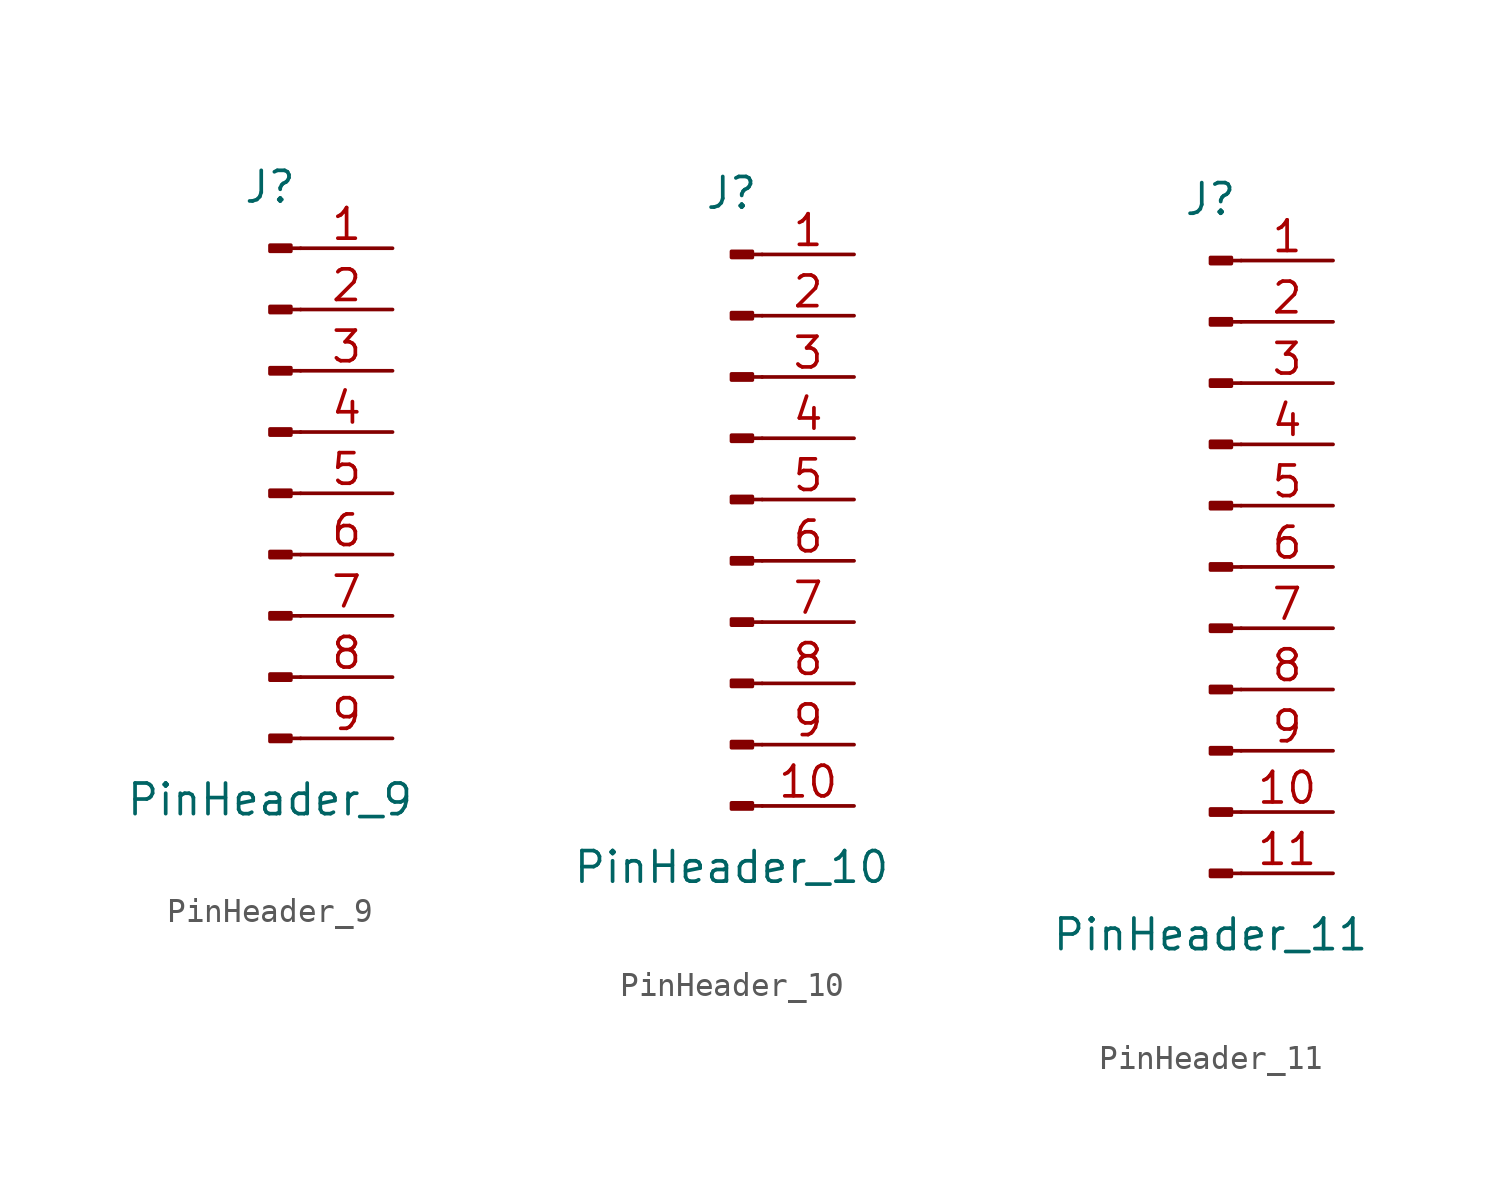
<source format=kicad_sym>
(kicad_symbol_lib
  (version 20220914)
  (generator kicad_symbol_editor)
  (symbol "PinHeader_9"
    (pin_names
      (offset 1.016) hide)
    (property "Reference" "J"
      (at 0 12.7 0)
      (effects (font (size 1.27 1.27))))
    (property "Value" "PinHeader_9"
      (at 0 -12.7 0)
      (effects (font (size 1.27 1.27))))
    (symbol "PinHeader_9_1_1"
      (polyline (pts (xy 1.27 -10.16) (xy 0.864 -10.16)) (stroke (width 0.152) (type default)) (fill (type none)))
      (polyline (pts (xy 1.27 -7.62) (xy 0.864 -7.62)) (stroke (width 0.152) (type default)) (fill (type none)))
      (polyline (pts (xy 1.27 -5.08) (xy 0.864 -5.08)) (stroke (width 0.152) (type default)) (fill (type none)))
      (polyline (pts (xy 1.27 -2.54) (xy 0.864 -2.54)) (stroke (width 0.152) (type default)) (fill (type none)))
      (polyline (pts (xy 1.27 0) (xy 0.864 0)) (stroke (width 0.152) (type default)) (fill (type none)))
      (polyline (pts (xy 1.27 2.54) (xy 0.864 2.54)) (stroke (width 0.152) (type default)) (fill (type none)))
      (polyline (pts (xy 1.27 5.08) (xy 0.864 5.08)) (stroke (width 0.152) (type default)) (fill (type none)))
      (polyline (pts (xy 1.27 7.62) (xy 0.864 7.62)) (stroke (width 0.152) (type default)) (fill (type none)))
      (polyline (pts (xy 1.27 10.16) (xy 0.864 10.16)) (stroke (width 0.152) (type default)) (fill (type none)))
      (rectangle (start 0.864 -10.033) (end 0 -10.287) (stroke (width 0.152) (type default)) (fill (type outline)))
      (rectangle (start 0.864 -7.493) (end 0 -7.747) (stroke (width 0.152) (type default)) (fill (type outline)))
      (rectangle (start 0.864 -4.953) (end 0 -5.207) (stroke (width 0.152) (type default)) (fill (type outline)))
      (rectangle (start 0.864 -2.413) (end 0 -2.667) (stroke (width 0.152) (type default)) (fill (type outline)))
      (rectangle (start 0.864 0.127) (end 0 -0.127) (stroke (width 0.152) (type default)) (fill (type outline)))
      (rectangle (start 0.864 2.667) (end 0 2.413) (stroke (width 0.152) (type default)) (fill (type outline)))
      (rectangle (start 0.864 5.207) (end 0 4.953) (stroke (width 0.152) (type default)) (fill (type outline)))
      (rectangle (start 0.864 7.747) (end 0 7.493) (stroke (width 0.152) (type default)) (fill (type outline)))
      (rectangle (start 0.864 10.287) (end 0 10.033) (stroke (width 0.152) (type default)) (fill (type outline)))
      (pin passive line (at 5.08 10.16 180) (length 3.81) (name "Pin_1" (effects (font (size 1.27 1.27)))) (number "1" (effects (font (size 1.27 1.27)))))
      (pin passive line (at 5.08 7.62 180) (length 3.81) (name "Pin_2" (effects (font (size 1.27 1.27)))) (number "2" (effects (font (size 1.27 1.27)))))
      (pin passive line (at 5.08 5.08 180) (length 3.81) (name "Pin_3" (effects (font (size 1.27 1.27)))) (number "3" (effects (font (size 1.27 1.27)))))
      (pin passive line (at 5.08 2.54 180) (length 3.81) (name "Pin_4" (effects (font (size 1.27 1.27)))) (number "4" (effects (font (size 1.27 1.27)))))
      (pin passive line (at 5.08 0 180) (length 3.81) (name "Pin_5" (effects (font (size 1.27 1.27)))) (number "5" (effects (font (size 1.27 1.27)))))
      (pin passive line (at 5.08 -2.54 180) (length 3.81) (name "Pin_6" (effects (font (size 1.27 1.27)))) (number "6" (effects (font (size 1.27 1.27)))))
      (pin passive line (at 5.08 -5.08 180) (length 3.81) (name "Pin_7" (effects (font (size 1.27 1.27)))) (number "7" (effects (font (size 1.27 1.27)))))
      (pin passive line (at 5.08 -7.62 180) (length 3.81) (name "Pin_8" (effects (font (size 1.27 1.27)))) (number "8" (effects (font (size 1.27 1.27)))))
      (pin passive line (at 5.08 -10.16 180) (length 3.81) (name "Pin_9" (effects (font (size 1.27 1.27)))) (number "9" (effects (font (size 1.27 1.27)))))))
  (symbol "PinHeader_10"
    (pin_names
      (offset 1.016) hide)
    (property "Reference" "J"
      (at 0 12.7 0)
      (effects (font (size 1.27 1.27))))
    (property "Value" "PinHeader_10"
      (at 0 -15.24 0)
      (effects (font (size 1.27 1.27))))
    (symbol "PinHeader_10_1_1"
      (polyline (pts (xy 1.27 -12.7) (xy 0.864 -12.7)) (stroke (width 0.152) (type default)) (fill (type none)))
      (polyline (pts (xy 1.27 -10.16) (xy 0.864 -10.16)) (stroke (width 0.152) (type default)) (fill (type none)))
      (polyline (pts (xy 1.27 -7.62) (xy 0.864 -7.62)) (stroke (width 0.152) (type default)) (fill (type none)))
      (polyline (pts (xy 1.27 -5.08) (xy 0.864 -5.08)) (stroke (width 0.152) (type default)) (fill (type none)))
      (polyline (pts (xy 1.27 -2.54) (xy 0.864 -2.54)) (stroke (width 0.152) (type default)) (fill (type none)))
      (polyline (pts (xy 1.27 0) (xy 0.864 0)) (stroke (width 0.152) (type default)) (fill (type none)))
      (polyline (pts (xy 1.27 2.54) (xy 0.864 2.54)) (stroke (width 0.152) (type default)) (fill (type none)))
      (polyline (pts (xy 1.27 5.08) (xy 0.864 5.08)) (stroke (width 0.152) (type default)) (fill (type none)))
      (polyline (pts (xy 1.27 7.62) (xy 0.864 7.62)) (stroke (width 0.152) (type default)) (fill (type none)))
      (polyline (pts (xy 1.27 10.16) (xy 0.864 10.16)) (stroke (width 0.152) (type default)) (fill (type none)))
      (rectangle (start 0.864 -12.573) (end 0 -12.827) (stroke (width 0.152) (type default)) (fill (type outline)))
      (rectangle (start 0.864 -10.033) (end 0 -10.287) (stroke (width 0.152) (type default)) (fill (type outline)))
      (rectangle (start 0.864 -7.493) (end 0 -7.747) (stroke (width 0.152) (type default)) (fill (type outline)))
      (rectangle (start 0.864 -4.953) (end 0 -5.207) (stroke (width 0.152) (type default)) (fill (type outline)))
      (rectangle (start 0.864 -2.413) (end 0 -2.667) (stroke (width 0.152) (type default)) (fill (type outline)))
      (rectangle (start 0.864 0.127) (end 0 -0.127) (stroke (width 0.152) (type default)) (fill (type outline)))
      (rectangle (start 0.864 2.667) (end 0 2.413) (stroke (width 0.152) (type default)) (fill (type outline)))
      (rectangle (start 0.864 5.207) (end 0 4.953) (stroke (width 0.152) (type default)) (fill (type outline)))
      (rectangle (start 0.864 7.747) (end 0 7.493) (stroke (width 0.152) (type default)) (fill (type outline)))
      (rectangle (start 0.864 10.287) (end 0 10.033) (stroke (width 0.152) (type default)) (fill (type outline)))
      (pin passive line (at 5.08 10.16 180) (length 3.81) (name "Pin_1" (effects (font (size 1.27 1.27)))) (number "1" (effects (font (size 1.27 1.27)))))
      (pin passive line (at 5.08 -12.7 180) (length 3.81) (name "Pin_10" (effects (font (size 1.27 1.27)))) (number "10" (effects (font (size 1.27 1.27)))))
      (pin passive line (at 5.08 7.62 180) (length 3.81) (name "Pin_2" (effects (font (size 1.27 1.27)))) (number "2" (effects (font (size 1.27 1.27)))))
      (pin passive line (at 5.08 5.08 180) (length 3.81) (name "Pin_3" (effects (font (size 1.27 1.27)))) (number "3" (effects (font (size 1.27 1.27)))))
      (pin passive line (at 5.08 2.54 180) (length 3.81) (name "Pin_4" (effects (font (size 1.27 1.27)))) (number "4" (effects (font (size 1.27 1.27)))))
      (pin passive line (at 5.08 0 180) (length 3.81) (name "Pin_5" (effects (font (size 1.27 1.27)))) (number "5" (effects (font (size 1.27 1.27)))))
      (pin passive line (at 5.08 -2.54 180) (length 3.81) (name "Pin_6" (effects (font (size 1.27 1.27)))) (number "6" (effects (font (size 1.27 1.27)))))
      (pin passive line (at 5.08 -5.08 180) (length 3.81) (name "Pin_7" (effects (font (size 1.27 1.27)))) (number "7" (effects (font (size 1.27 1.27)))))
      (pin passive line (at 5.08 -7.62 180) (length 3.81) (name "Pin_8" (effects (font (size 1.27 1.27)))) (number "8" (effects (font (size 1.27 1.27)))))
      (pin passive line (at 5.08 -10.16 180) (length 3.81) (name "Pin_9" (effects (font (size 1.27 1.27)))) (number "9" (effects (font (size 1.27 1.27)))))))
  (symbol "PinHeader_11"
    (pin_names
      (offset 1.016) hide)
    (property "Reference" "J"
      (at 0 15.24 0)
      (effects (font (size 1.27 1.27))))
    (property "Value" "PinHeader_11"
      (at 0 -15.24 0)
      (effects (font (size 1.27 1.27))))
    (symbol "PinHeader_11_1_1"
      (polyline (pts (xy 1.27 -12.7) (xy 0.864 -12.7)) (stroke (width 0.152) (type default)) (fill (type none)))
      (polyline (pts (xy 1.27 -10.16) (xy 0.864 -10.16)) (stroke (width 0.152) (type default)) (fill (type none)))
      (polyline (pts (xy 1.27 -7.62) (xy 0.864 -7.62)) (stroke (width 0.152) (type default)) (fill (type none)))
      (polyline (pts (xy 1.27 -5.08) (xy 0.864 -5.08)) (stroke (width 0.152) (type default)) (fill (type none)))
      (polyline (pts (xy 1.27 -2.54) (xy 0.864 -2.54)) (stroke (width 0.152) (type default)) (fill (type none)))
      (polyline (pts (xy 1.27 0) (xy 0.864 0)) (stroke (width 0.152) (type default)) (fill (type none)))
      (polyline (pts (xy 1.27 2.54) (xy 0.864 2.54)) (stroke (width 0.152) (type default)) (fill (type none)))
      (polyline (pts (xy 1.27 5.08) (xy 0.864 5.08)) (stroke (width 0.152) (type default)) (fill (type none)))
      (polyline (pts (xy 1.27 7.62) (xy 0.864 7.62)) (stroke (width 0.152) (type default)) (fill (type none)))
      (polyline (pts (xy 1.27 10.16) (xy 0.864 10.16)) (stroke (width 0.152) (type default)) (fill (type none)))
      (polyline (pts (xy 1.27 12.7) (xy 0.864 12.7)) (stroke (width 0.152) (type default)) (fill (type none)))
      (rectangle (start 0.864 -12.573) (end 0 -12.827) (stroke (width 0.152) (type default)) (fill (type outline)))
      (rectangle (start 0.864 -10.033) (end 0 -10.287) (stroke (width 0.152) (type default)) (fill (type outline)))
      (rectangle (start 0.864 -7.493) (end 0 -7.747) (stroke (width 0.152) (type default)) (fill (type outline)))
      (rectangle (start 0.864 -4.953) (end 0 -5.207) (stroke (width 0.152) (type default)) (fill (type outline)))
      (rectangle (start 0.864 -2.413) (end 0 -2.667) (stroke (width 0.152) (type default)) (fill (type outline)))
      (rectangle (start 0.864 0.127) (end 0 -0.127) (stroke (width 0.152) (type default)) (fill (type outline)))
      (rectangle (start 0.864 2.667) (end 0 2.413) (stroke (width 0.152) (type default)) (fill (type outline)))
      (rectangle (start 0.864 5.207) (end 0 4.953) (stroke (width 0.152) (type default)) (fill (type outline)))
      (rectangle (start 0.864 7.747) (end 0 7.493) (stroke (width 0.152) (type default)) (fill (type outline)))
      (rectangle (start 0.864 10.287) (end 0 10.033) (stroke (width 0.152) (type default)) (fill (type outline)))
      (rectangle (start 0.864 12.827) (end 0 12.573) (stroke (width 0.152) (type default)) (fill (type outline)))
      (pin passive line (at 5.08 12.7 180) (length 3.81) (name "Pin_1" (effects (font (size 1.27 1.27)))) (number "1" (effects (font (size 1.27 1.27)))))
      (pin passive line (at 5.08 -10.16 180) (length 3.81) (name "Pin_10" (effects (font (size 1.27 1.27)))) (number "10" (effects (font (size 1.27 1.27)))))
      (pin passive line (at 5.08 -12.7 180) (length 3.81) (name "Pin_11" (effects (font (size 1.27 1.27)))) (number "11" (effects (font (size 1.27 1.27)))))
      (pin passive line (at 5.08 10.16 180) (length 3.81) (name "Pin_2" (effects (font (size 1.27 1.27)))) (number "2" (effects (font (size 1.27 1.27)))))
      (pin passive line (at 5.08 7.62 180) (length 3.81) (name "Pin_3" (effects (font (size 1.27 1.27)))) (number "3" (effects (font (size 1.27 1.27)))))
      (pin passive line (at 5.08 5.08 180) (length 3.81) (name "Pin_4" (effects (font (size 1.27 1.27)))) (number "4" (effects (font (size 1.27 1.27)))))
      (pin passive line (at 5.08 2.54 180) (length 3.81) (name "Pin_5" (effects (font (size 1.27 1.27)))) (number "5" (effects (font (size 1.27 1.27)))))
      (pin passive line (at 5.08 0 180) (length 3.81) (name "Pin_6" (effects (font (size 1.27 1.27)))) (number "6" (effects (font (size 1.27 1.27)))))
      (pin passive line (at 5.08 -2.54 180) (length 3.81) (name "Pin_7" (effects (font (size 1.27 1.27)))) (number "7" (effects (font (size 1.27 1.27)))))
      (pin passive line (at 5.08 -5.08 180) (length 3.81) (name "Pin_8" (effects (font (size 1.27 1.27)))) (number "8" (effects (font (size 1.27 1.27)))))
      (pin passive line (at 5.08 -7.62 180) (length 3.81) (name "Pin_9" (effects (font (size 1.27 1.27)))) (number "9" (effects (font (size 1.27 1.27))))))))
</source>
